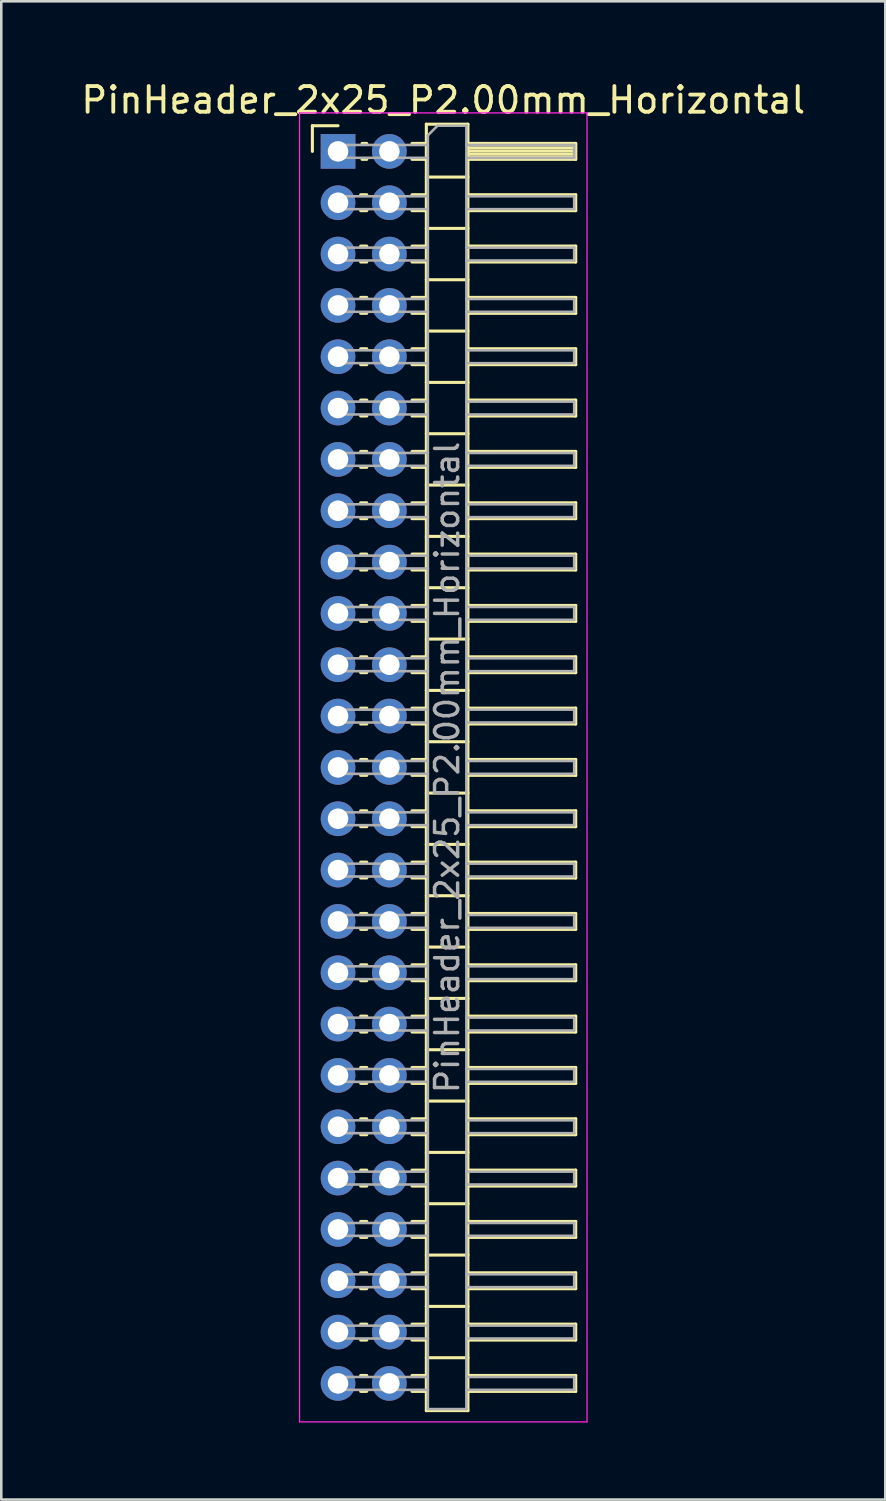
<source format=kicad_pcb>
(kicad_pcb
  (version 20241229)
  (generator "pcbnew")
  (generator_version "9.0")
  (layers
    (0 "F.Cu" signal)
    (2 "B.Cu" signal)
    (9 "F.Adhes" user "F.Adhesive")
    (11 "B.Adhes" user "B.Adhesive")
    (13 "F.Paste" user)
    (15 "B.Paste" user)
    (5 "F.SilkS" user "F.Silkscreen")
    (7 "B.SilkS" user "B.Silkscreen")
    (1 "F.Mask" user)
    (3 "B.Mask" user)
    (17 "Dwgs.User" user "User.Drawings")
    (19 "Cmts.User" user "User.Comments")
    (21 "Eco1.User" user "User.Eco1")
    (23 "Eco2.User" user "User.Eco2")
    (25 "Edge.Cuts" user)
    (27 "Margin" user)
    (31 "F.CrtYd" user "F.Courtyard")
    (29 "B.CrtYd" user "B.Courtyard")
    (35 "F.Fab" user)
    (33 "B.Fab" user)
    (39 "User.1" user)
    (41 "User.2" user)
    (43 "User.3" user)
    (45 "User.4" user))
  (footprint "PinHeader_2x25_P2.00mm_Horizontal"
    (layer "F.Cu")
    (at 10.12 2.848)
    (property "Reference" "PinHeader_2x25_P2.00mm_Horizontal" (at 4.1 -2 0) (layer "F.SilkS") (effects (font (size 1 1) (thickness 0.15))))
    (attr through_hole)
    (fp_line (start -1 -1) (end 0 -1) (stroke (width 0.12) (type solid)) (layer "F.SilkS"))
    (fp_line (start -1 0) (end -1 -1) (stroke (width 0.12) (type solid)) (layer "F.SilkS"))
    (fp_line (start 0.882 1.69) (end 1.118 1.69) (stroke (width 0.12) (type solid)) (layer "F.SilkS"))
    (fp_line (start 0.882 2.31) (end 1.118 2.31) (stroke (width 0.12) (type solid)) (layer "F.SilkS"))
    (fp_line (start 0.882 3.69) (end 1.118 3.69) (stroke (width 0.12) (type solid)) (layer "F.SilkS"))
    (fp_line (start 0.882 4.31) (end 1.118 4.31) (stroke (width 0.12) (type solid)) (layer "F.SilkS"))
    (fp_line (start 0.882 5.69) (end 1.118 5.69) (stroke (width 0.12) (type solid)) (layer "F.SilkS"))
    (fp_line (start 0.882 6.31) (end 1.118 6.31) (stroke (width 0.12) (type solid)) (layer "F.SilkS"))
    (fp_line (start 0.882 7.69) (end 1.118 7.69) (stroke (width 0.12) (type solid)) (layer "F.SilkS"))
    (fp_line (start 0.882 8.31) (end 1.118 8.31) (stroke (width 0.12) (type solid)) (layer "F.SilkS"))
    (fp_line (start 0.882 9.69) (end 1.118 9.69) (stroke (width 0.12) (type solid)) (layer "F.SilkS"))
    (fp_line (start 0.882 10.31) (end 1.118 10.31) (stroke (width 0.12) (type solid)) (layer "F.SilkS"))
    (fp_line (start 0.882 11.69) (end 1.118 11.69) (stroke (width 0.12) (type solid)) (layer "F.SilkS"))
    (fp_line (start 0.882 12.31) (end 1.118 12.31) (stroke (width 0.12) (type solid)) (layer "F.SilkS"))
    (fp_line (start 0.882 13.69) (end 1.118 13.69) (stroke (width 0.12) (type solid)) (layer "F.SilkS"))
    (fp_line (start 0.882 14.31) (end 1.118 14.31) (stroke (width 0.12) (type solid)) (layer "F.SilkS"))
    (fp_line (start 0.882 15.69) (end 1.118 15.69) (stroke (width 0.12) (type solid)) (layer "F.SilkS"))
    (fp_line (start 0.882 16.31) (end 1.118 16.31) (stroke (width 0.12) (type solid)) (layer "F.SilkS"))
    (fp_line (start 0.882 17.69) (end 1.118 17.69) (stroke (width 0.12) (type solid)) (layer "F.SilkS"))
    (fp_line (start 0.882 18.31) (end 1.118 18.31) (stroke (width 0.12) (type solid)) (layer "F.SilkS"))
    (fp_line (start 0.882 19.69) (end 1.118 19.69) (stroke (width 0.12) (type solid)) (layer "F.SilkS"))
    (fp_line (start 0.882 20.31) (end 1.118 20.31) (stroke (width 0.12) (type solid)) (layer "F.SilkS"))
    (fp_line (start 0.882 21.69) (end 1.118 21.69) (stroke (width 0.12) (type solid)) (layer "F.SilkS"))
    (fp_line (start 0.882 22.31) (end 1.118 22.31) (stroke (width 0.12) (type solid)) (layer "F.SilkS"))
    (fp_line (start 0.882 23.69) (end 1.118 23.69) (stroke (width 0.12) (type solid)) (layer "F.SilkS"))
    (fp_line (start 0.882 24.31) (end 1.118 24.31) (stroke (width 0.12) (type solid)) (layer "F.SilkS"))
    (fp_line (start 0.882 25.69) (end 1.118 25.69) (stroke (width 0.12) (type solid)) (layer "F.SilkS"))
    (fp_line (start 0.882 26.31) (end 1.118 26.31) (stroke (width 0.12) (type solid)) (layer "F.SilkS"))
    (fp_line (start 0.882 27.69) (end 1.118 27.69) (stroke (width 0.12) (type solid)) (layer "F.SilkS"))
    (fp_line (start 0.882 28.31) (end 1.118 28.31) (stroke (width 0.12) (type solid)) (layer "F.SilkS"))
    (fp_line (start 0.882 29.69) (end 1.118 29.69) (stroke (width 0.12) (type solid)) (layer "F.SilkS"))
    (fp_line (start 0.882 30.31) (end 1.118 30.31) (stroke (width 0.12) (type solid)) (layer "F.SilkS"))
    (fp_line (start 0.882 31.69) (end 1.118 31.69) (stroke (width 0.12) (type solid)) (layer "F.SilkS"))
    (fp_line (start 0.882 32.31) (end 1.118 32.31) (stroke (width 0.12) (type solid)) (layer "F.SilkS"))
    (fp_line (start 0.882 33.69) (end 1.118 33.69) (stroke (width 0.12) (type solid)) (layer "F.SilkS"))
    (fp_line (start 0.882 34.31) (end 1.118 34.31) (stroke (width 0.12) (type solid)) (layer "F.SilkS"))
    (fp_line (start 0.882 35.69) (end 1.118 35.69) (stroke (width 0.12) (type solid)) (layer "F.SilkS"))
    (fp_line (start 0.882 36.31) (end 1.118 36.31) (stroke (width 0.12) (type solid)) (layer "F.SilkS"))
    (fp_line (start 0.882 37.69) (end 1.118 37.69) (stroke (width 0.12) (type solid)) (layer "F.SilkS"))
    (fp_line (start 0.882 38.31) (end 1.118 38.31) (stroke (width 0.12) (type solid)) (layer "F.SilkS"))
    (fp_line (start 0.882 39.69) (end 1.118 39.69) (stroke (width 0.12) (type solid)) (layer "F.SilkS"))
    (fp_line (start 0.882 40.31) (end 1.118 40.31) (stroke (width 0.12) (type solid)) (layer "F.SilkS"))
    (fp_line (start 0.882 41.69) (end 1.118 41.69) (stroke (width 0.12) (type solid)) (layer "F.SilkS"))
    (fp_line (start 0.882 42.31) (end 1.118 42.31) (stroke (width 0.12) (type solid)) (layer "F.SilkS"))
    (fp_line (start 0.882 43.69) (end 1.118 43.69) (stroke (width 0.12) (type solid)) (layer "F.SilkS"))
    (fp_line (start 0.882 44.31) (end 1.118 44.31) (stroke (width 0.12) (type solid)) (layer "F.SilkS"))
    (fp_line (start 0.882 45.69) (end 1.118 45.69) (stroke (width 0.12) (type solid)) (layer "F.SilkS"))
    (fp_line (start 0.882 46.31) (end 1.118 46.31) (stroke (width 0.12) (type solid)) (layer "F.SilkS"))
    (fp_line (start 0.882 47.69) (end 1.118 47.69) (stroke (width 0.12) (type solid)) (layer "F.SilkS"))
    (fp_line (start 0.882 48.31) (end 1.118 48.31) (stroke (width 0.12) (type solid)) (layer "F.SilkS"))
    (fp_line (start 0.935 -0.31) (end 1.118 -0.31) (stroke (width 0.12) (type solid)) (layer "F.SilkS"))
    (fp_line (start 0.935 0.31) (end 1.118 0.31) (stroke (width 0.12) (type solid)) (layer "F.SilkS"))
    (fp_line (start 2.882 -0.31) (end 3.44 -0.31) (stroke (width 0.12) (type solid)) (layer "F.SilkS"))
    (fp_line (start 2.882 0.31) (end 3.44 0.31) (stroke (width 0.12) (type solid)) (layer "F.SilkS"))
    (fp_line (start 2.882 1.69) (end 3.44 1.69) (stroke (width 0.12) (type solid)) (layer "F.SilkS"))
    (fp_line (start 2.882 2.31) (end 3.44 2.31) (stroke (width 0.12) (type solid)) (layer "F.SilkS"))
    (fp_line (start 2.882 3.69) (end 3.44 3.69) (stroke (width 0.12) (type solid)) (layer "F.SilkS"))
    (fp_line (start 2.882 4.31) (end 3.44 4.31) (stroke (width 0.12) (type solid)) (layer "F.SilkS"))
    (fp_line (start 2.882 5.69) (end 3.44 5.69) (stroke (width 0.12) (type solid)) (layer "F.SilkS"))
    (fp_line (start 2.882 6.31) (end 3.44 6.31) (stroke (width 0.12) (type solid)) (layer "F.SilkS"))
    (fp_line (start 2.882 7.69) (end 3.44 7.69) (stroke (width 0.12) (type solid)) (layer "F.SilkS"))
    (fp_line (start 2.882 8.31) (end 3.44 8.31) (stroke (width 0.12) (type solid)) (layer "F.SilkS"))
    (fp_line (start 2.882 9.69) (end 3.44 9.69) (stroke (width 0.12) (type solid)) (layer "F.SilkS"))
    (fp_line (start 2.882 10.31) (end 3.44 10.31) (stroke (width 0.12) (type solid)) (layer "F.SilkS"))
    (fp_line (start 2.882 11.69) (end 3.44 11.69) (stroke (width 0.12) (type solid)) (layer "F.SilkS"))
    (fp_line (start 2.882 12.31) (end 3.44 12.31) (stroke (width 0.12) (type solid)) (layer "F.SilkS"))
    (fp_line (start 2.882 13.69) (end 3.44 13.69) (stroke (width 0.12) (type solid)) (layer "F.SilkS"))
    (fp_line (start 2.882 14.31) (end 3.44 14.31) (stroke (width 0.12) (type solid)) (layer "F.SilkS"))
    (fp_line (start 2.882 15.69) (end 3.44 15.69) (stroke (width 0.12) (type solid)) (layer "F.SilkS"))
    (fp_line (start 2.882 16.31) (end 3.44 16.31) (stroke (width 0.12) (type solid)) (layer "F.SilkS"))
    (fp_line (start 2.882 17.69) (end 3.44 17.69) (stroke (width 0.12) (type solid)) (layer "F.SilkS"))
    (fp_line (start 2.882 18.31) (end 3.44 18.31) (stroke (width 0.12) (type solid)) (layer "F.SilkS"))
    (fp_line (start 2.882 19.69) (end 3.44 19.69) (stroke (width 0.12) (type solid)) (layer "F.SilkS"))
    (fp_line (start 2.882 20.31) (end 3.44 20.31) (stroke (width 0.12) (type solid)) (layer "F.SilkS"))
    (fp_line (start 2.882 21.69) (end 3.44 21.69) (stroke (width 0.12) (type solid)) (layer "F.SilkS"))
    (fp_line (start 2.882 22.31) (end 3.44 22.31) (stroke (width 0.12) (type solid)) (layer "F.SilkS"))
    (fp_line (start 2.882 23.69) (end 3.44 23.69) (stroke (width 0.12) (type solid)) (layer "F.SilkS"))
    (fp_line (start 2.882 24.31) (end 3.44 24.31) (stroke (width 0.12) (type solid)) (layer "F.SilkS"))
    (fp_line (start 2.882 25.69) (end 3.44 25.69) (stroke (width 0.12) (type solid)) (layer "F.SilkS"))
    (fp_line (start 2.882 26.31) (end 3.44 26.31) (stroke (width 0.12) (type solid)) (layer "F.SilkS"))
    (fp_line (start 2.882 27.69) (end 3.44 27.69) (stroke (width 0.12) (type solid)) (layer "F.SilkS"))
    (fp_line (start 2.882 28.31) (end 3.44 28.31) (stroke (width 0.12) (type solid)) (layer "F.SilkS"))
    (fp_line (start 2.882 29.69) (end 3.44 29.69) (stroke (width 0.12) (type solid)) (layer "F.SilkS"))
    (fp_line (start 2.882 30.31) (end 3.44 30.31) (stroke (width 0.12) (type solid)) (layer "F.SilkS"))
    (fp_line (start 2.882 31.69) (end 3.44 31.69) (stroke (width 0.12) (type solid)) (layer "F.SilkS"))
    (fp_line (start 2.882 32.31) (end 3.44 32.31) (stroke (width 0.12) (type solid)) (layer "F.SilkS"))
    (fp_line (start 2.882 33.69) (end 3.44 33.69) (stroke (width 0.12) (type solid)) (layer "F.SilkS"))
    (fp_line (start 2.882 34.31) (end 3.44 34.31) (stroke (width 0.12) (type solid)) (layer "F.SilkS"))
    (fp_line (start 2.882 35.69) (end 3.44 35.69) (stroke (width 0.12) (type solid)) (layer "F.SilkS"))
    (fp_line (start 2.882 36.31) (end 3.44 36.31) (stroke (width 0.12) (type solid)) (layer "F.SilkS"))
    (fp_line (start 2.882 37.69) (end 3.44 37.69) (stroke (width 0.12) (type solid)) (layer "F.SilkS"))
    (fp_line (start 2.882 38.31) (end 3.44 38.31) (stroke (width 0.12) (type solid)) (layer "F.SilkS"))
    (fp_line (start 2.882 39.69) (end 3.44 39.69) (stroke (width 0.12) (type solid)) (layer "F.SilkS"))
    (fp_line (start 2.882 40.31) (end 3.44 40.31) (stroke (width 0.12) (type solid)) (layer "F.SilkS"))
    (fp_line (start 2.882 41.69) (end 3.44 41.69) (stroke (width 0.12) (type solid)) (layer "F.SilkS"))
    (fp_line (start 2.882 42.31) (end 3.44 42.31) (stroke (width 0.12) (type solid)) (layer "F.SilkS"))
    (fp_line (start 2.882 43.69) (end 3.44 43.69) (stroke (width 0.12) (type solid)) (layer "F.SilkS"))
    (fp_line (start 2.882 44.31) (end 3.44 44.31) (stroke (width 0.12) (type solid)) (layer "F.SilkS"))
    (fp_line (start 2.882 45.69) (end 3.44 45.69) (stroke (width 0.12) (type solid)) (layer "F.SilkS"))
    (fp_line (start 2.882 46.31) (end 3.44 46.31) (stroke (width 0.12) (type solid)) (layer "F.SilkS"))
    (fp_line (start 2.882 47.69) (end 3.44 47.69) (stroke (width 0.12) (type solid)) (layer "F.SilkS"))
    (fp_line (start 2.882 48.31) (end 3.44 48.31) (stroke (width 0.12) (type solid)) (layer "F.SilkS"))
    (fp_line (start 3.44 -1.06) (end 3.44 49.06) (stroke (width 0.12) (type solid)) (layer "F.SilkS"))
    (fp_line (start 3.44 1) (end 5.06 1) (stroke (width 0.12) (type solid)) (layer "F.SilkS"))
    (fp_line (start 3.44 3) (end 5.06 3) (stroke (width 0.12) (type solid)) (layer "F.SilkS"))
    (fp_line (start 3.44 5) (end 5.06 5) (stroke (width 0.12) (type solid)) (layer "F.SilkS"))
    (fp_line (start 3.44 7) (end 5.06 7) (stroke (width 0.12) (type solid)) (layer "F.SilkS"))
    (fp_line (start 3.44 9) (end 5.06 9) (stroke (width 0.12) (type solid)) (layer "F.SilkS"))
    (fp_line (start 3.44 11) (end 5.06 11) (stroke (width 0.12) (type solid)) (layer "F.SilkS"))
    (fp_line (start 3.44 13) (end 5.06 13) (stroke (width 0.12) (type solid)) (layer "F.SilkS"))
    (fp_line (start 3.44 15) (end 5.06 15) (stroke (width 0.12) (type solid)) (layer "F.SilkS"))
    (fp_line (start 3.44 17) (end 5.06 17) (stroke (width 0.12) (type solid)) (layer "F.SilkS"))
    (fp_line (start 3.44 19) (end 5.06 19) (stroke (width 0.12) (type solid)) (layer "F.SilkS"))
    (fp_line (start 3.44 21) (end 5.06 21) (stroke (width 0.12) (type solid)) (layer "F.SilkS"))
    (fp_line (start 3.44 23) (end 5.06 23) (stroke (width 0.12) (type solid)) (layer "F.SilkS"))
    (fp_line (start 3.44 25) (end 5.06 25) (stroke (width 0.12) (type solid)) (layer "F.SilkS"))
    (fp_line (start 3.44 27) (end 5.06 27) (stroke (width 0.12) (type solid)) (layer "F.SilkS"))
    (fp_line (start 3.44 29) (end 5.06 29) (stroke (width 0.12) (type solid)) (layer "F.SilkS"))
    (fp_line (start 3.44 31) (end 5.06 31) (stroke (width 0.12) (type solid)) (layer "F.SilkS"))
    (fp_line (start 3.44 33) (end 5.06 33) (stroke (width 0.12) (type solid)) (layer "F.SilkS"))
    (fp_line (start 3.44 35) (end 5.06 35) (stroke (width 0.12) (type solid)) (layer "F.SilkS"))
    (fp_line (start 3.44 37) (end 5.06 37) (stroke (width 0.12) (type solid)) (layer "F.SilkS"))
    (fp_line (start 3.44 39) (end 5.06 39) (stroke (width 0.12) (type solid)) (layer "F.SilkS"))
    (fp_line (start 3.44 41) (end 5.06 41) (stroke (width 0.12) (type solid)) (layer "F.SilkS"))
    (fp_line (start 3.44 43) (end 5.06 43) (stroke (width 0.12) (type solid)) (layer "F.SilkS"))
    (fp_line (start 3.44 45) (end 5.06 45) (stroke (width 0.12) (type solid)) (layer "F.SilkS"))
    (fp_line (start 3.44 47) (end 5.06 47) (stroke (width 0.12) (type solid)) (layer "F.SilkS"))
    (fp_line (start 3.44 49.06) (end 5.06 49.06) (stroke (width 0.12) (type solid)) (layer "F.SilkS"))
    (fp_line (start 5.06 -1.06) (end 3.44 -1.06) (stroke (width 0.12) (type solid)) (layer "F.SilkS"))
    (fp_line (start 5.06 -0.31) (end 9.26 -0.31) (stroke (width 0.12) (type solid)) (layer "F.SilkS"))
    (fp_line (start 5.06 -0.25) (end 9.26 -0.25) (stroke (width 0.12) (type solid)) (layer "F.SilkS"))
    (fp_line (start 5.06 -0.13) (end 9.26 -0.13) (stroke (width 0.12) (type solid)) (layer "F.SilkS"))
    (fp_line (start 5.06 -0.01) (end 9.26 -0.01) (stroke (width 0.12) (type solid)) (layer "F.SilkS"))
    (fp_line (start 5.06 0.11) (end 9.26 0.11) (stroke (width 0.12) (type solid)) (layer "F.SilkS"))
    (fp_line (start 5.06 0.23) (end 9.26 0.23) (stroke (width 0.12) (type solid)) (layer "F.SilkS"))
    (fp_line (start 5.06 1.69) (end 9.26 1.69) (stroke (width 0.12) (type solid)) (layer "F.SilkS"))
    (fp_line (start 5.06 3.69) (end 9.26 3.69) (stroke (width 0.12) (type solid)) (layer "F.SilkS"))
    (fp_line (start 5.06 5.69) (end 9.26 5.69) (stroke (width 0.12) (type solid)) (layer "F.SilkS"))
    (fp_line (start 5.06 7.69) (end 9.26 7.69) (stroke (width 0.12) (type solid)) (layer "F.SilkS"))
    (fp_line (start 5.06 9.69) (end 9.26 9.69) (stroke (width 0.12) (type solid)) (layer "F.SilkS"))
    (fp_line (start 5.06 11.69) (end 9.26 11.69) (stroke (width 0.12) (type solid)) (layer "F.SilkS"))
    (fp_line (start 5.06 13.69) (end 9.26 13.69) (stroke (width 0.12) (type solid)) (layer "F.SilkS"))
    (fp_line (start 5.06 15.69) (end 9.26 15.69) (stroke (width 0.12) (type solid)) (layer "F.SilkS"))
    (fp_line (start 5.06 17.69) (end 9.26 17.69) (stroke (width 0.12) (type solid)) (layer "F.SilkS"))
    (fp_line (start 5.06 19.69) (end 9.26 19.69) (stroke (width 0.12) (type solid)) (layer "F.SilkS"))
    (fp_line (start 5.06 21.69) (end 9.26 21.69) (stroke (width 0.12) (type solid)) (layer "F.SilkS"))
    (fp_line (start 5.06 23.69) (end 9.26 23.69) (stroke (width 0.12) (type solid)) (layer "F.SilkS"))
    (fp_line (start 5.06 25.69) (end 9.26 25.69) (stroke (width 0.12) (type solid)) (layer "F.SilkS"))
    (fp_line (start 5.06 27.69) (end 9.26 27.69) (stroke (width 0.12) (type solid)) (layer "F.SilkS"))
    (fp_line (start 5.06 29.69) (end 9.26 29.69) (stroke (width 0.12) (type solid)) (layer "F.SilkS"))
    (fp_line (start 5.06 31.69) (end 9.26 31.69) (stroke (width 0.12) (type solid)) (layer "F.SilkS"))
    (fp_line (start 5.06 33.69) (end 9.26 33.69) (stroke (width 0.12) (type solid)) (layer "F.SilkS"))
    (fp_line (start 5.06 35.69) (end 9.26 35.69) (stroke (width 0.12) (type solid)) (layer "F.SilkS"))
    (fp_line (start 5.06 37.69) (end 9.26 37.69) (stroke (width 0.12) (type solid)) (layer "F.SilkS"))
    (fp_line (start 5.06 39.69) (end 9.26 39.69) (stroke (width 0.12) (type solid)) (layer "F.SilkS"))
    (fp_line (start 5.06 41.69) (end 9.26 41.69) (stroke (width 0.12) (type solid)) (layer "F.SilkS"))
    (fp_line (start 5.06 43.69) (end 9.26 43.69) (stroke (width 0.12) (type solid)) (layer "F.SilkS"))
    (fp_line (start 5.06 45.69) (end 9.26 45.69) (stroke (width 0.12) (type solid)) (layer "F.SilkS"))
    (fp_line (start 5.06 47.69) (end 9.26 47.69) (stroke (width 0.12) (type solid)) (layer "F.SilkS"))
    (fp_line (start 5.06 49.06) (end 5.06 -1.06) (stroke (width 0.12) (type solid)) (layer "F.SilkS"))
    (fp_line (start 9.26 -0.31) (end 9.26 0.31) (stroke (width 0.12) (type solid)) (layer "F.SilkS"))
    (fp_line (start 9.26 0.31) (end 5.06 0.31) (stroke (width 0.12) (type solid)) (layer "F.SilkS"))
    (fp_line (start 9.26 1.69) (end 9.26 2.31) (stroke (width 0.12) (type solid)) (layer "F.SilkS"))
    (fp_line (start 9.26 2.31) (end 5.06 2.31) (stroke (width 0.12) (type solid)) (layer "F.SilkS"))
    (fp_line (start 9.26 3.69) (end 9.26 4.31) (stroke (width 0.12) (type solid)) (layer "F.SilkS"))
    (fp_line (start 9.26 4.31) (end 5.06 4.31) (stroke (width 0.12) (type solid)) (layer "F.SilkS"))
    (fp_line (start 9.26 5.69) (end 9.26 6.31) (stroke (width 0.12) (type solid)) (layer "F.SilkS"))
    (fp_line (start 9.26 6.31) (end 5.06 6.31) (stroke (width 0.12) (type solid)) (layer "F.SilkS"))
    (fp_line (start 9.26 7.69) (end 9.26 8.31) (stroke (width 0.12) (type solid)) (layer "F.SilkS"))
    (fp_line (start 9.26 8.31) (end 5.06 8.31) (stroke (width 0.12) (type solid)) (layer "F.SilkS"))
    (fp_line (start 9.26 9.69) (end 9.26 10.31) (stroke (width 0.12) (type solid)) (layer "F.SilkS"))
    (fp_line (start 9.26 10.31) (end 5.06 10.31) (stroke (width 0.12) (type solid)) (layer "F.SilkS"))
    (fp_line (start 9.26 11.69) (end 9.26 12.31) (stroke (width 0.12) (type solid)) (layer "F.SilkS"))
    (fp_line (start 9.26 12.31) (end 5.06 12.31) (stroke (width 0.12) (type solid)) (layer "F.SilkS"))
    (fp_line (start 9.26 13.69) (end 9.26 14.31) (stroke (width 0.12) (type solid)) (layer "F.SilkS"))
    (fp_line (start 9.26 14.31) (end 5.06 14.31) (stroke (width 0.12) (type solid)) (layer "F.SilkS"))
    (fp_line (start 9.26 15.69) (end 9.26 16.31) (stroke (width 0.12) (type solid)) (layer "F.SilkS"))
    (fp_line (start 9.26 16.31) (end 5.06 16.31) (stroke (width 0.12) (type solid)) (layer "F.SilkS"))
    (fp_line (start 9.26 17.69) (end 9.26 18.31) (stroke (width 0.12) (type solid)) (layer "F.SilkS"))
    (fp_line (start 9.26 18.31) (end 5.06 18.31) (stroke (width 0.12) (type solid)) (layer "F.SilkS"))
    (fp_line (start 9.26 19.69) (end 9.26 20.31) (stroke (width 0.12) (type solid)) (layer "F.SilkS"))
    (fp_line (start 9.26 20.31) (end 5.06 20.31) (stroke (width 0.12) (type solid)) (layer "F.SilkS"))
    (fp_line (start 9.26 21.69) (end 9.26 22.31) (stroke (width 0.12) (type solid)) (layer "F.SilkS"))
    (fp_line (start 9.26 22.31) (end 5.06 22.31) (stroke (width 0.12) (type solid)) (layer "F.SilkS"))
    (fp_line (start 9.26 23.69) (end 9.26 24.31) (stroke (width 0.12) (type solid)) (layer "F.SilkS"))
    (fp_line (start 9.26 24.31) (end 5.06 24.31) (stroke (width 0.12) (type solid)) (layer "F.SilkS"))
    (fp_line (start 9.26 25.69) (end 9.26 26.31) (stroke (width 0.12) (type solid)) (layer "F.SilkS"))
    (fp_line (start 9.26 26.31) (end 5.06 26.31) (stroke (width 0.12) (type solid)) (layer "F.SilkS"))
    (fp_line (start 9.26 27.69) (end 9.26 28.31) (stroke (width 0.12) (type solid)) (layer "F.SilkS"))
    (fp_line (start 9.26 28.31) (end 5.06 28.31) (stroke (width 0.12) (type solid)) (layer "F.SilkS"))
    (fp_line (start 9.26 29.69) (end 9.26 30.31) (stroke (width 0.12) (type solid)) (layer "F.SilkS"))
    (fp_line (start 9.26 30.31) (end 5.06 30.31) (stroke (width 0.12) (type solid)) (layer "F.SilkS"))
    (fp_line (start 9.26 31.69) (end 9.26 32.31) (stroke (width 0.12) (type solid)) (layer "F.SilkS"))
    (fp_line (start 9.26 32.31) (end 5.06 32.31) (stroke (width 0.12) (type solid)) (layer "F.SilkS"))
    (fp_line (start 9.26 33.69) (end 9.26 34.31) (stroke (width 0.12) (type solid)) (layer "F.SilkS"))
    (fp_line (start 9.26 34.31) (end 5.06 34.31) (stroke (width 0.12) (type solid)) (layer "F.SilkS"))
    (fp_line (start 9.26 35.69) (end 9.26 36.31) (stroke (width 0.12) (type solid)) (layer "F.SilkS"))
    (fp_line (start 9.26 36.31) (end 5.06 36.31) (stroke (width 0.12) (type solid)) (layer "F.SilkS"))
    (fp_line (start 9.26 37.69) (end 9.26 38.31) (stroke (width 0.12) (type solid)) (layer "F.SilkS"))
    (fp_line (start 9.26 38.31) (end 5.06 38.31) (stroke (width 0.12) (type solid)) (layer "F.SilkS"))
    (fp_line (start 9.26 39.69) (end 9.26 40.31) (stroke (width 0.12) (type solid)) (layer "F.SilkS"))
    (fp_line (start 9.26 40.31) (end 5.06 40.31) (stroke (width 0.12) (type solid)) (layer "F.SilkS"))
    (fp_line (start 9.26 41.69) (end 9.26 42.31) (stroke (width 0.12) (type solid)) (layer "F.SilkS"))
    (fp_line (start 9.26 42.31) (end 5.06 42.31) (stroke (width 0.12) (type solid)) (layer "F.SilkS"))
    (fp_line (start 9.26 43.69) (end 9.26 44.31) (stroke (width 0.12) (type solid)) (layer "F.SilkS"))
    (fp_line (start 9.26 44.31) (end 5.06 44.31) (stroke (width 0.12) (type solid)) (layer "F.SilkS"))
    (fp_line (start 9.26 45.69) (end 9.26 46.31) (stroke (width 0.12) (type solid)) (layer "F.SilkS"))
    (fp_line (start 9.26 46.31) (end 5.06 46.31) (stroke (width 0.12) (type solid)) (layer "F.SilkS"))
    (fp_line (start 9.26 47.69) (end 9.26 48.31) (stroke (width 0.12) (type solid)) (layer "F.SilkS"))
    (fp_line (start 9.26 48.31) (end 5.06 48.31) (stroke (width 0.12) (type solid)) (layer "F.SilkS"))
    (fp_line (start -1.5 -1.5) (end -1.5 49.5) (stroke (width 0.05) (type solid)) (layer "F.CrtYd"))
    (fp_line (start -1.5 49.5) (end 9.7 49.5) (stroke (width 0.05) (type solid)) (layer "F.CrtYd"))
    (fp_line (start 9.7 -1.5) (end -1.5 -1.5) (stroke (width 0.05) (type solid)) (layer "F.CrtYd"))
    (fp_line (start 9.7 49.5) (end 9.7 -1.5) (stroke (width 0.05) (type solid)) (layer "F.CrtYd"))
    (fp_line (start -0.25 -0.25) (end -0.25 0.25) (stroke (width 0.1) (type solid)) (layer "F.Fab"))
    (fp_line (start -0.25 -0.25) (end 3.5 -0.25) (stroke (width 0.1) (type solid)) (layer "F.Fab"))
    (fp_line (start -0.25 0.25) (end 3.5 0.25) (stroke (width 0.1) (type solid)) (layer "F.Fab"))
    (fp_line (start -0.25 1.75) (end -0.25 2.25) (stroke (width 0.1) (type solid)) (layer "F.Fab"))
    (fp_line (start -0.25 1.75) (end 3.5 1.75) (stroke (width 0.1) (type solid)) (layer "F.Fab"))
    (fp_line (start -0.25 2.25) (end 3.5 2.25) (stroke (width 0.1) (type solid)) (layer "F.Fab"))
    (fp_line (start -0.25 3.75) (end -0.25 4.25) (stroke (width 0.1) (type solid)) (layer "F.Fab"))
    (fp_line (start -0.25 3.75) (end 3.5 3.75) (stroke (width 0.1) (type solid)) (layer "F.Fab"))
    (fp_line (start -0.25 4.25) (end 3.5 4.25) (stroke (width 0.1) (type solid)) (layer "F.Fab"))
    (fp_line (start -0.25 5.75) (end -0.25 6.25) (stroke (width 0.1) (type solid)) (layer "F.Fab"))
    (fp_line (start -0.25 5.75) (end 3.5 5.75) (stroke (width 0.1) (type solid)) (layer "F.Fab"))
    (fp_line (start -0.25 6.25) (end 3.5 6.25) (stroke (width 0.1) (type solid)) (layer "F.Fab"))
    (fp_line (start -0.25 7.75) (end -0.25 8.25) (stroke (width 0.1) (type solid)) (layer "F.Fab"))
    (fp_line (start -0.25 7.75) (end 3.5 7.75) (stroke (width 0.1) (type solid)) (layer "F.Fab"))
    (fp_line (start -0.25 8.25) (end 3.5 8.25) (stroke (width 0.1) (type solid)) (layer "F.Fab"))
    (fp_line (start -0.25 9.75) (end -0.25 10.25) (stroke (width 0.1) (type solid)) (layer "F.Fab"))
    (fp_line (start -0.25 9.75) (end 3.5 9.75) (stroke (width 0.1) (type solid)) (layer "F.Fab"))
    (fp_line (start -0.25 10.25) (end 3.5 10.25) (stroke (width 0.1) (type solid)) (layer "F.Fab"))
    (fp_line (start -0.25 11.75) (end -0.25 12.25) (stroke (width 0.1) (type solid)) (layer "F.Fab"))
    (fp_line (start -0.25 11.75) (end 3.5 11.75) (stroke (width 0.1) (type solid)) (layer "F.Fab"))
    (fp_line (start -0.25 12.25) (end 3.5 12.25) (stroke (width 0.1) (type solid)) (layer "F.Fab"))
    (fp_line (start -0.25 13.75) (end -0.25 14.25) (stroke (width 0.1) (type solid)) (layer "F.Fab"))
    (fp_line (start -0.25 13.75) (end 3.5 13.75) (stroke (width 0.1) (type solid)) (layer "F.Fab"))
    (fp_line (start -0.25 14.25) (end 3.5 14.25) (stroke (width 0.1) (type solid)) (layer "F.Fab"))
    (fp_line (start -0.25 15.75) (end -0.25 16.25) (stroke (width 0.1) (type solid)) (layer "F.Fab"))
    (fp_line (start -0.25 15.75) (end 3.5 15.75) (stroke (width 0.1) (type solid)) (layer "F.Fab"))
    (fp_line (start -0.25 16.25) (end 3.5 16.25) (stroke (width 0.1) (type solid)) (layer "F.Fab"))
    (fp_line (start -0.25 17.75) (end -0.25 18.25) (stroke (width 0.1) (type solid)) (layer "F.Fab"))
    (fp_line (start -0.25 17.75) (end 3.5 17.75) (stroke (width 0.1) (type solid)) (layer "F.Fab"))
    (fp_line (start -0.25 18.25) (end 3.5 18.25) (stroke (width 0.1) (type solid)) (layer "F.Fab"))
    (fp_line (start -0.25 19.75) (end -0.25 20.25) (stroke (width 0.1) (type solid)) (layer "F.Fab"))
    (fp_line (start -0.25 19.75) (end 3.5 19.75) (stroke (width 0.1) (type solid)) (layer "F.Fab"))
    (fp_line (start -0.25 20.25) (end 3.5 20.25) (stroke (width 0.1) (type solid)) (layer "F.Fab"))
    (fp_line (start -0.25 21.75) (end -0.25 22.25) (stroke (width 0.1) (type solid)) (layer "F.Fab"))
    (fp_line (start -0.25 21.75) (end 3.5 21.75) (stroke (width 0.1) (type solid)) (layer "F.Fab"))
    (fp_line (start -0.25 22.25) (end 3.5 22.25) (stroke (width 0.1) (type solid)) (layer "F.Fab"))
    (fp_line (start -0.25 23.75) (end -0.25 24.25) (stroke (width 0.1) (type solid)) (layer "F.Fab"))
    (fp_line (start -0.25 23.75) (end 3.5 23.75) (stroke (width 0.1) (type solid)) (layer "F.Fab"))
    (fp_line (start -0.25 24.25) (end 3.5 24.25) (stroke (width 0.1) (type solid)) (layer "F.Fab"))
    (fp_line (start -0.25 25.75) (end -0.25 26.25) (stroke (width 0.1) (type solid)) (layer "F.Fab"))
    (fp_line (start -0.25 25.75) (end 3.5 25.75) (stroke (width 0.1) (type solid)) (layer "F.Fab"))
    (fp_line (start -0.25 26.25) (end 3.5 26.25) (stroke (width 0.1) (type solid)) (layer "F.Fab"))
    (fp_line (start -0.25 27.75) (end -0.25 28.25) (stroke (width 0.1) (type solid)) (layer "F.Fab"))
    (fp_line (start -0.25 27.75) (end 3.5 27.75) (stroke (width 0.1) (type solid)) (layer "F.Fab"))
    (fp_line (start -0.25 28.25) (end 3.5 28.25) (stroke (width 0.1) (type solid)) (layer "F.Fab"))
    (fp_line (start -0.25 29.75) (end -0.25 30.25) (stroke (width 0.1) (type solid)) (layer "F.Fab"))
    (fp_line (start -0.25 29.75) (end 3.5 29.75) (stroke (width 0.1) (type solid)) (layer "F.Fab"))
    (fp_line (start -0.25 30.25) (end 3.5 30.25) (stroke (width 0.1) (type solid)) (layer "F.Fab"))
    (fp_line (start -0.25 31.75) (end -0.25 32.25) (stroke (width 0.1) (type solid)) (layer "F.Fab"))
    (fp_line (start -0.25 31.75) (end 3.5 31.75) (stroke (width 0.1) (type solid)) (layer "F.Fab"))
    (fp_line (start -0.25 32.25) (end 3.5 32.25) (stroke (width 0.1) (type solid)) (layer "F.Fab"))
    (fp_line (start -0.25 33.75) (end -0.25 34.25) (stroke (width 0.1) (type solid)) (layer "F.Fab"))
    (fp_line (start -0.25 33.75) (end 3.5 33.75) (stroke (width 0.1) (type solid)) (layer "F.Fab"))
    (fp_line (start -0.25 34.25) (end 3.5 34.25) (stroke (width 0.1) (type solid)) (layer "F.Fab"))
    (fp_line (start -0.25 35.75) (end -0.25 36.25) (stroke (width 0.1) (type solid)) (layer "F.Fab"))
    (fp_line (start -0.25 35.75) (end 3.5 35.75) (stroke (width 0.1) (type solid)) (layer "F.Fab"))
    (fp_line (start -0.25 36.25) (end 3.5 36.25) (stroke (width 0.1) (type solid)) (layer "F.Fab"))
    (fp_line (start -0.25 37.75) (end -0.25 38.25) (stroke (width 0.1) (type solid)) (layer "F.Fab"))
    (fp_line (start -0.25 37.75) (end 3.5 37.75) (stroke (width 0.1) (type solid)) (layer "F.Fab"))
    (fp_line (start -0.25 38.25) (end 3.5 38.25) (stroke (width 0.1) (type solid)) (layer "F.Fab"))
    (fp_line (start -0.25 39.75) (end -0.25 40.25) (stroke (width 0.1) (type solid)) (layer "F.Fab"))
    (fp_line (start -0.25 39.75) (end 3.5 39.75) (stroke (width 0.1) (type solid)) (layer "F.Fab"))
    (fp_line (start -0.25 40.25) (end 3.5 40.25) (stroke (width 0.1) (type solid)) (layer "F.Fab"))
    (fp_line (start -0.25 41.75) (end -0.25 42.25) (stroke (width 0.1) (type solid)) (layer "F.Fab"))
    (fp_line (start -0.25 41.75) (end 3.5 41.75) (stroke (width 0.1) (type solid)) (layer "F.Fab"))
    (fp_line (start -0.25 42.25) (end 3.5 42.25) (stroke (width 0.1) (type solid)) (layer "F.Fab"))
    (fp_line (start -0.25 43.75) (end -0.25 44.25) (stroke (width 0.1) (type solid)) (layer "F.Fab"))
    (fp_line (start -0.25 43.75) (end 3.5 43.75) (stroke (width 0.1) (type solid)) (layer "F.Fab"))
    (fp_line (start -0.25 44.25) (end 3.5 44.25) (stroke (width 0.1) (type solid)) (layer "F.Fab"))
    (fp_line (start -0.25 45.75) (end -0.25 46.25) (stroke (width 0.1) (type solid)) (layer "F.Fab"))
    (fp_line (start -0.25 45.75) (end 3.5 45.75) (stroke (width 0.1) (type solid)) (layer "F.Fab"))
    (fp_line (start -0.25 46.25) (end 3.5 46.25) (stroke (width 0.1) (type solid)) (layer "F.Fab"))
    (fp_line (start -0.25 47.75) (end -0.25 48.25) (stroke (width 0.1) (type solid)) (layer "F.Fab"))
    (fp_line (start -0.25 47.75) (end 3.5 47.75) (stroke (width 0.1) (type solid)) (layer "F.Fab"))
    (fp_line (start -0.25 48.25) (end 3.5 48.25) (stroke (width 0.1) (type solid)) (layer "F.Fab"))
    (fp_line (start 3.5 -0.625) (end 3.875 -1) (stroke (width 0.1) (type solid)) (layer "F.Fab"))
    (fp_line (start 3.5 49) (end 3.5 -0.625) (stroke (width 0.1) (type solid)) (layer "F.Fab"))
    (fp_line (start 3.875 -1) (end 5 -1) (stroke (width 0.1) (type solid)) (layer "F.Fab"))
    (fp_line (start 5 -1) (end 5 49) (stroke (width 0.1) (type solid)) (layer "F.Fab"))
    (fp_line (start 5 -0.25) (end 9.2 -0.25) (stroke (width 0.1) (type solid)) (layer "F.Fab"))
    (fp_line (start 5 0.25) (end 9.2 0.25) (stroke (width 0.1) (type solid)) (layer "F.Fab"))
    (fp_line (start 5 1.75) (end 9.2 1.75) (stroke (width 0.1) (type solid)) (layer "F.Fab"))
    (fp_line (start 5 2.25) (end 9.2 2.25) (stroke (width 0.1) (type solid)) (layer "F.Fab"))
    (fp_line (start 5 3.75) (end 9.2 3.75) (stroke (width 0.1) (type solid)) (layer "F.Fab"))
    (fp_line (start 5 4.25) (end 9.2 4.25) (stroke (width 0.1) (type solid)) (layer "F.Fab"))
    (fp_line (start 5 5.75) (end 9.2 5.75) (stroke (width 0.1) (type solid)) (layer "F.Fab"))
    (fp_line (start 5 6.25) (end 9.2 6.25) (stroke (width 0.1) (type solid)) (layer "F.Fab"))
    (fp_line (start 5 7.75) (end 9.2 7.75) (stroke (width 0.1) (type solid)) (layer "F.Fab"))
    (fp_line (start 5 8.25) (end 9.2 8.25) (stroke (width 0.1) (type solid)) (layer "F.Fab"))
    (fp_line (start 5 9.75) (end 9.2 9.75) (stroke (width 0.1) (type solid)) (layer "F.Fab"))
    (fp_line (start 5 10.25) (end 9.2 10.25) (stroke (width 0.1) (type solid)) (layer "F.Fab"))
    (fp_line (start 5 11.75) (end 9.2 11.75) (stroke (width 0.1) (type solid)) (layer "F.Fab"))
    (fp_line (start 5 12.25) (end 9.2 12.25) (stroke (width 0.1) (type solid)) (layer "F.Fab"))
    (fp_line (start 5 13.75) (end 9.2 13.75) (stroke (width 0.1) (type solid)) (layer "F.Fab"))
    (fp_line (start 5 14.25) (end 9.2 14.25) (stroke (width 0.1) (type solid)) (layer "F.Fab"))
    (fp_line (start 5 15.75) (end 9.2 15.75) (stroke (width 0.1) (type solid)) (layer "F.Fab"))
    (fp_line (start 5 16.25) (end 9.2 16.25) (stroke (width 0.1) (type solid)) (layer "F.Fab"))
    (fp_line (start 5 17.75) (end 9.2 17.75) (stroke (width 0.1) (type solid)) (layer "F.Fab"))
    (fp_line (start 5 18.25) (end 9.2 18.25) (stroke (width 0.1) (type solid)) (layer "F.Fab"))
    (fp_line (start 5 19.75) (end 9.2 19.75) (stroke (width 0.1) (type solid)) (layer "F.Fab"))
    (fp_line (start 5 20.25) (end 9.2 20.25) (stroke (width 0.1) (type solid)) (layer "F.Fab"))
    (fp_line (start 5 21.75) (end 9.2 21.75) (stroke (width 0.1) (type solid)) (layer "F.Fab"))
    (fp_line (start 5 22.25) (end 9.2 22.25) (stroke (width 0.1) (type solid)) (layer "F.Fab"))
    (fp_line (start 5 23.75) (end 9.2 23.75) (stroke (width 0.1) (type solid)) (layer "F.Fab"))
    (fp_line (start 5 24.25) (end 9.2 24.25) (stroke (width 0.1) (type solid)) (layer "F.Fab"))
    (fp_line (start 5 25.75) (end 9.2 25.75) (stroke (width 0.1) (type solid)) (layer "F.Fab"))
    (fp_line (start 5 26.25) (end 9.2 26.25) (stroke (width 0.1) (type solid)) (layer "F.Fab"))
    (fp_line (start 5 27.75) (end 9.2 27.75) (stroke (width 0.1) (type solid)) (layer "F.Fab"))
    (fp_line (start 5 28.25) (end 9.2 28.25) (stroke (width 0.1) (type solid)) (layer "F.Fab"))
    (fp_line (start 5 29.75) (end 9.2 29.75) (stroke (width 0.1) (type solid)) (layer "F.Fab"))
    (fp_line (start 5 30.25) (end 9.2 30.25) (stroke (width 0.1) (type solid)) (layer "F.Fab"))
    (fp_line (start 5 31.75) (end 9.2 31.75) (stroke (width 0.1) (type solid)) (layer "F.Fab"))
    (fp_line (start 5 32.25) (end 9.2 32.25) (stroke (width 0.1) (type solid)) (layer "F.Fab"))
    (fp_line (start 5 33.75) (end 9.2 33.75) (stroke (width 0.1) (type solid)) (layer "F.Fab"))
    (fp_line (start 5 34.25) (end 9.2 34.25) (stroke (width 0.1) (type solid)) (layer "F.Fab"))
    (fp_line (start 5 35.75) (end 9.2 35.75) (stroke (width 0.1) (type solid)) (layer "F.Fab"))
    (fp_line (start 5 36.25) (end 9.2 36.25) (stroke (width 0.1) (type solid)) (layer "F.Fab"))
    (fp_line (start 5 37.75) (end 9.2 37.75) (stroke (width 0.1) (type solid)) (layer "F.Fab"))
    (fp_line (start 5 38.25) (end 9.2 38.25) (stroke (width 0.1) (type solid)) (layer "F.Fab"))
    (fp_line (start 5 39.75) (end 9.2 39.75) (stroke (width 0.1) (type solid)) (layer "F.Fab"))
    (fp_line (start 5 40.25) (end 9.2 40.25) (stroke (width 0.1) (type solid)) (layer "F.Fab"))
    (fp_line (start 5 41.75) (end 9.2 41.75) (stroke (width 0.1) (type solid)) (layer "F.Fab"))
    (fp_line (start 5 42.25) (end 9.2 42.25) (stroke (width 0.1) (type solid)) (layer "F.Fab"))
    (fp_line (start 5 43.75) (end 9.2 43.75) (stroke (width 0.1) (type solid)) (layer "F.Fab"))
    (fp_line (start 5 44.25) (end 9.2 44.25) (stroke (width 0.1) (type solid)) (layer "F.Fab"))
    (fp_line (start 5 45.75) (end 9.2 45.75) (stroke (width 0.1) (type solid)) (layer "F.Fab"))
    (fp_line (start 5 46.25) (end 9.2 46.25) (stroke (width 0.1) (type solid)) (layer "F.Fab"))
    (fp_line (start 5 47.75) (end 9.2 47.75) (stroke (width 0.1) (type solid)) (layer "F.Fab"))
    (fp_line (start 5 48.25) (end 9.2 48.25) (stroke (width 0.1) (type solid)) (layer "F.Fab"))
    (fp_line (start 5 49) (end 3.5 49) (stroke (width 0.1) (type solid)) (layer "F.Fab"))
    (fp_line (start 9.2 -0.25) (end 9.2 0.25) (stroke (width 0.1) (type solid)) (layer "F.Fab"))
    (fp_line (start 9.2 1.75) (end 9.2 2.25) (stroke (width 0.1) (type solid)) (layer "F.Fab"))
    (fp_line (start 9.2 3.75) (end 9.2 4.25) (stroke (width 0.1) (type solid)) (layer "F.Fab"))
    (fp_line (start 9.2 5.75) (end 9.2 6.25) (stroke (width 0.1) (type solid)) (layer "F.Fab"))
    (fp_line (start 9.2 7.75) (end 9.2 8.25) (stroke (width 0.1) (type solid)) (layer "F.Fab"))
    (fp_line (start 9.2 9.75) (end 9.2 10.25) (stroke (width 0.1) (type solid)) (layer "F.Fab"))
    (fp_line (start 9.2 11.75) (end 9.2 12.25) (stroke (width 0.1) (type solid)) (layer "F.Fab"))
    (fp_line (start 9.2 13.75) (end 9.2 14.25) (stroke (width 0.1) (type solid)) (layer "F.Fab"))
    (fp_line (start 9.2 15.75) (end 9.2 16.25) (stroke (width 0.1) (type solid)) (layer "F.Fab"))
    (fp_line (start 9.2 17.75) (end 9.2 18.25) (stroke (width 0.1) (type solid)) (layer "F.Fab"))
    (fp_line (start 9.2 19.75) (end 9.2 20.25) (stroke (width 0.1) (type solid)) (layer "F.Fab"))
    (fp_line (start 9.2 21.75) (end 9.2 22.25) (stroke (width 0.1) (type solid)) (layer "F.Fab"))
    (fp_line (start 9.2 23.75) (end 9.2 24.25) (stroke (width 0.1) (type solid)) (layer "F.Fab"))
    (fp_line (start 9.2 25.75) (end 9.2 26.25) (stroke (width 0.1) (type solid)) (layer "F.Fab"))
    (fp_line (start 9.2 27.75) (end 9.2 28.25) (stroke (width 0.1) (type solid)) (layer "F.Fab"))
    (fp_line (start 9.2 29.75) (end 9.2 30.25) (stroke (width 0.1) (type solid)) (layer "F.Fab"))
    (fp_line (start 9.2 31.75) (end 9.2 32.25) (stroke (width 0.1) (type solid)) (layer "F.Fab"))
    (fp_line (start 9.2 33.75) (end 9.2 34.25) (stroke (width 0.1) (type solid)) (layer "F.Fab"))
    (fp_line (start 9.2 35.75) (end 9.2 36.25) (stroke (width 0.1) (type solid)) (layer "F.Fab"))
    (fp_line (start 9.2 37.75) (end 9.2 38.25) (stroke (width 0.1) (type solid)) (layer "F.Fab"))
    (fp_line (start 9.2 39.75) (end 9.2 40.25) (stroke (width 0.1) (type solid)) (layer "F.Fab"))
    (fp_line (start 9.2 41.75) (end 9.2 42.25) (stroke (width 0.1) (type solid)) (layer "F.Fab"))
    (fp_line (start 9.2 43.75) (end 9.2 44.25) (stroke (width 0.1) (type solid)) (layer "F.Fab"))
    (fp_line (start 9.2 45.75) (end 9.2 46.25) (stroke (width 0.1) (type solid)) (layer "F.Fab"))
    (fp_line (start 9.2 47.75) (end 9.2 48.25) (stroke (width 0.1) (type solid)) (layer "F.Fab"))
    (fp_text user "${REFERENCE}" (at 4.25 24 90) (layer "F.Fab") (effects (font (size 0.9 0.9) (thickness 0.135))))
    (pad "1" thru_hole rect (at 0 0) (size 1.35 1.35) (drill 0.8) (layers "*.Cu" "*.Mask"))
    (pad "2" thru_hole oval (at 2 0) (size 1.35 1.35) (drill 0.8) (layers "*.Cu" "*.Mask"))
    (pad "3" thru_hole oval (at 0 2) (size 1.35 1.35) (drill 0.8) (layers "*.Cu" "*.Mask"))
    (pad "4" thru_hole oval (at 2 2) (size 1.35 1.35) (drill 0.8) (layers "*.Cu" "*.Mask"))
    (pad "5" thru_hole oval (at 0 4) (size 1.35 1.35) (drill 0.8) (layers "*.Cu" "*.Mask"))
    (pad "6" thru_hole oval (at 2 4) (size 1.35 1.35) (drill 0.8) (layers "*.Cu" "*.Mask"))
    (pad "7" thru_hole oval (at 0 6) (size 1.35 1.35) (drill 0.8) (layers "*.Cu" "*.Mask"))
    (pad "8" thru_hole oval (at 2 6) (size 1.35 1.35) (drill 0.8) (layers "*.Cu" "*.Mask"))
    (pad "9" thru_hole oval (at 0 8) (size 1.35 1.35) (drill 0.8) (layers "*.Cu" "*.Mask"))
    (pad "10" thru_hole oval (at 2 8) (size 1.35 1.35) (drill 0.8) (layers "*.Cu" "*.Mask"))
    (pad "11" thru_hole oval (at 0 10) (size 1.35 1.35) (drill 0.8) (layers "*.Cu" "*.Mask"))
    (pad "12" thru_hole oval (at 2 10) (size 1.35 1.35) (drill 0.8) (layers "*.Cu" "*.Mask"))
    (pad "13" thru_hole oval (at 0 12) (size 1.35 1.35) (drill 0.8) (layers "*.Cu" "*.Mask"))
    (pad "14" thru_hole oval (at 2 12) (size 1.35 1.35) (drill 0.8) (layers "*.Cu" "*.Mask"))
    (pad "15" thru_hole oval (at 0 14) (size 1.35 1.35) (drill 0.8) (layers "*.Cu" "*.Mask"))
    (pad "16" thru_hole oval (at 2 14) (size 1.35 1.35) (drill 0.8) (layers "*.Cu" "*.Mask"))
    (pad "17" thru_hole oval (at 0 16) (size 1.35 1.35) (drill 0.8) (layers "*.Cu" "*.Mask"))
    (pad "18" thru_hole oval (at 2 16) (size 1.35 1.35) (drill 0.8) (layers "*.Cu" "*.Mask"))
    (pad "19" thru_hole oval (at 0 18) (size 1.35 1.35) (drill 0.8) (layers "*.Cu" "*.Mask"))
    (pad "20" thru_hole oval (at 2 18) (size 1.35 1.35) (drill 0.8) (layers "*.Cu" "*.Mask"))
    (pad "21" thru_hole oval (at 0 20) (size 1.35 1.35) (drill 0.8) (layers "*.Cu" "*.Mask"))
    (pad "22" thru_hole oval (at 2 20) (size 1.35 1.35) (drill 0.8) (layers "*.Cu" "*.Mask"))
    (pad "23" thru_hole oval (at 0 22) (size 1.35 1.35) (drill 0.8) (layers "*.Cu" "*.Mask"))
    (pad "24" thru_hole oval (at 2 22) (size 1.35 1.35) (drill 0.8) (layers "*.Cu" "*.Mask"))
    (pad "25" thru_hole oval (at 0 24) (size 1.35 1.35) (drill 0.8) (layers "*.Cu" "*.Mask"))
    (pad "26" thru_hole oval (at 2 24) (size 1.35 1.35) (drill 0.8) (layers "*.Cu" "*.Mask"))
    (pad "27" thru_hole oval (at 0 26) (size 1.35 1.35) (drill 0.8) (layers "*.Cu" "*.Mask"))
    (pad "28" thru_hole oval (at 2 26) (size 1.35 1.35) (drill 0.8) (layers "*.Cu" "*.Mask"))
    (pad "29" thru_hole oval (at 0 28) (size 1.35 1.35) (drill 0.8) (layers "*.Cu" "*.Mask"))
    (pad "30" thru_hole oval (at 2 28) (size 1.35 1.35) (drill 0.8) (layers "*.Cu" "*.Mask"))
    (pad "31" thru_hole oval (at 0 30) (size 1.35 1.35) (drill 0.8) (layers "*.Cu" "*.Mask"))
    (pad "32" thru_hole oval (at 2 30) (size 1.35 1.35) (drill 0.8) (layers "*.Cu" "*.Mask"))
    (pad "33" thru_hole oval (at 0 32) (size 1.35 1.35) (drill 0.8) (layers "*.Cu" "*.Mask"))
    (pad "34" thru_hole oval (at 2 32) (size 1.35 1.35) (drill 0.8) (layers "*.Cu" "*.Mask"))
    (pad "35" thru_hole oval (at 0 34) (size 1.35 1.35) (drill 0.8) (layers "*.Cu" "*.Mask"))
    (pad "36" thru_hole oval (at 2 34) (size 1.35 1.35) (drill 0.8) (layers "*.Cu" "*.Mask"))
    (pad "37" thru_hole oval (at 0 36) (size 1.35 1.35) (drill 0.8) (layers "*.Cu" "*.Mask"))
    (pad "38" thru_hole oval (at 2 36) (size 1.35 1.35) (drill 0.8) (layers "*.Cu" "*.Mask"))
    (pad "39" thru_hole oval (at 0 38) (size 1.35 1.35) (drill 0.8) (layers "*.Cu" "*.Mask"))
    (pad "40" thru_hole oval (at 2 38) (size 1.35 1.35) (drill 0.8) (layers "*.Cu" "*.Mask"))
    (pad "41" thru_hole oval (at 0 40) (size 1.35 1.35) (drill 0.8) (layers "*.Cu" "*.Mask"))
    (pad "42" thru_hole oval (at 2 40) (size 1.35 1.35) (drill 0.8) (layers "*.Cu" "*.Mask"))
    (pad "43" thru_hole oval (at 0 42) (size 1.35 1.35) (drill 0.8) (layers "*.Cu" "*.Mask"))
    (pad "44" thru_hole oval (at 2 42) (size 1.35 1.35) (drill 0.8) (layers "*.Cu" "*.Mask"))
    (pad "45" thru_hole oval (at 0 44) (size 1.35 1.35) (drill 0.8) (layers "*.Cu" "*.Mask"))
    (pad "46" thru_hole oval (at 2 44) (size 1.35 1.35) (drill 0.8) (layers "*.Cu" "*.Mask"))
    (pad "47" thru_hole oval (at 0 46) (size 1.35 1.35) (drill 0.8) (layers "*.Cu" "*.Mask"))
    (pad "48" thru_hole oval (at 2 46) (size 1.35 1.35) (drill 0.8) (layers "*.Cu" "*.Mask"))
    (pad "49" thru_hole oval (at 0 48) (size 1.35 1.35) (drill 0.8) (layers "*.Cu" "*.Mask"))
    (pad "50" thru_hole oval (at 2 48) (size 1.35 1.35) (drill 0.8) (layers "*.Cu" "*.Mask")))
  (gr_rect
    (start -3 -3)
    (end 31.44 55.373)
    (stroke (width 0.1) (type default))
    (fill no)
    (layer "Edge.Cuts")))
</source>
